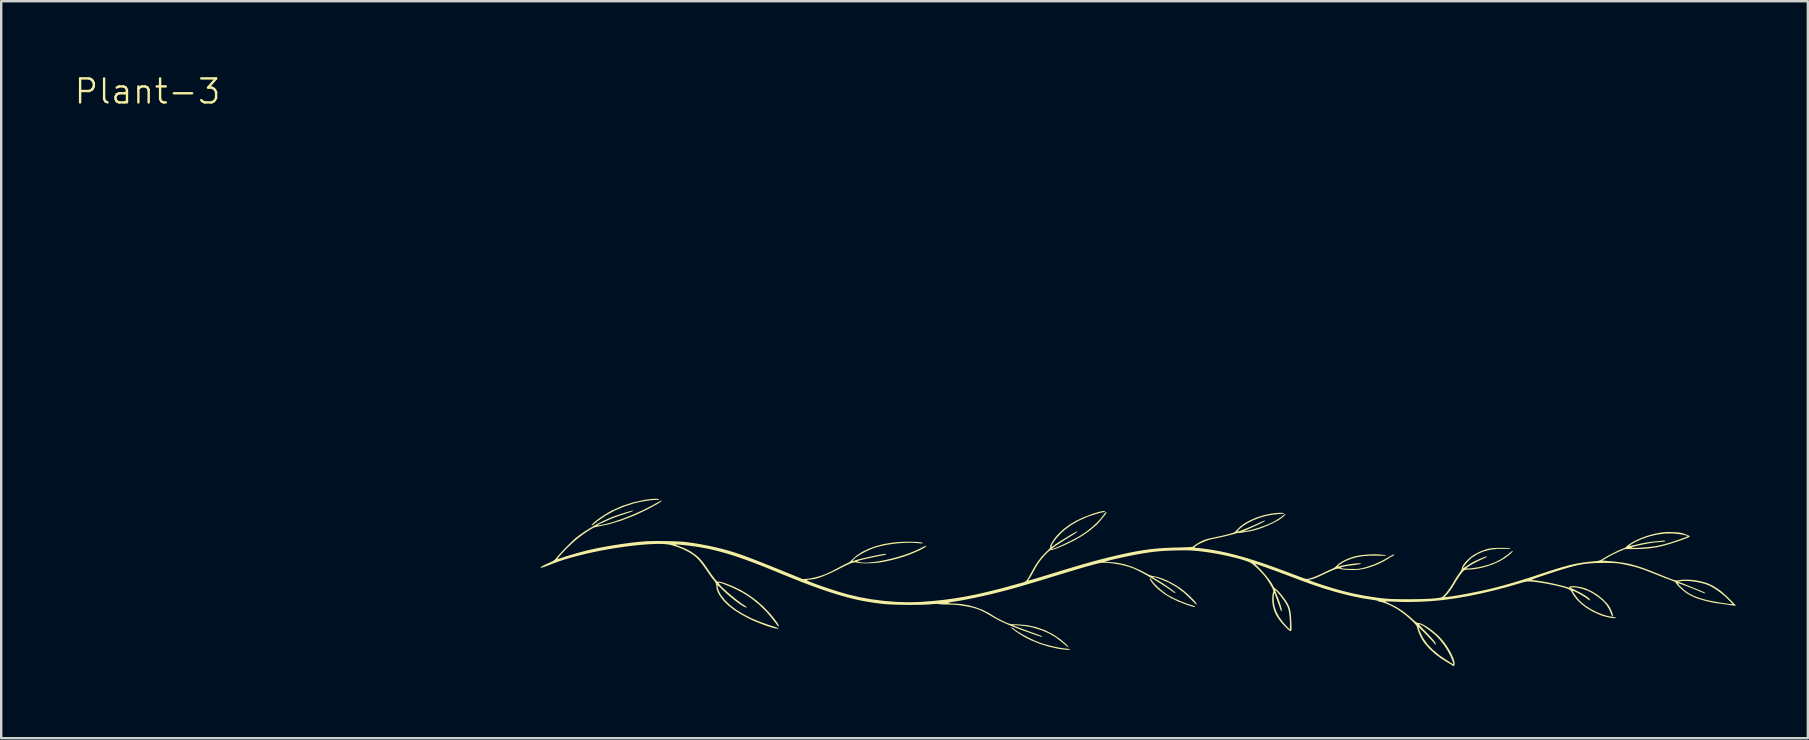
<source format=kicad_pcb>
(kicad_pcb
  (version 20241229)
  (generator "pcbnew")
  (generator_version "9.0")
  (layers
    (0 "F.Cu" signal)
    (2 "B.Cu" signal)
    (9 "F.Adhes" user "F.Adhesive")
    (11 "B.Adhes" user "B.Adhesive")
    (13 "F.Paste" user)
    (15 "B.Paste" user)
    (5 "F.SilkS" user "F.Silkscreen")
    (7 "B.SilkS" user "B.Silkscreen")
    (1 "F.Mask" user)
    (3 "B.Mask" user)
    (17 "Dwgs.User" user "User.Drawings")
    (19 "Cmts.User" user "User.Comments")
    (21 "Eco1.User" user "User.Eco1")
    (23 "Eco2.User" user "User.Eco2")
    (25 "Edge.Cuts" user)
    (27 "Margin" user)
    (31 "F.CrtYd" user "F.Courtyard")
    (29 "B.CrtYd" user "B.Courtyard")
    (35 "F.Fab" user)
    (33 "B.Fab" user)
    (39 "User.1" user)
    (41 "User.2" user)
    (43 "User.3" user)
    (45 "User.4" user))
  (footprint "Plant-3"
    (layer "F.Cu")
    (at 41.96 21.081)
    (property "Reference" "Plant-3" (at -38.862 -20.32 0) (unlocked yes) (layer "F.SilkS") (effects (font (size 1 1) (thickness 0.1))))
    (attr smd)
    (fp_poly (pts (xy 2.934 -0.026) (xy 2.968 0.017) (xy 2.978 0.035) (xy 3.031 0.111) (xy 3.115 0.205) (xy 3.22 0.311) (xy 3.339 0.419) (xy 3.462 0.521) (xy 3.579 0.609) (xy 3.666 0.666) (xy 3.906 0.794) (xy 4.168 0.914) (xy 4.43 1.016) (xy 4.569 1.061) (xy 4.666 1.092) (xy 4.742 1.12) (xy 4.787 1.141) (xy 4.795 1.149) (xy 4.79 1.163) (xy 4.769 1.167) (xy 4.727 1.16) (xy 4.656 1.141) (xy 4.551 1.108) (xy 4.448 1.074) (xy 4.109 0.946) (xy 3.797 0.797) (xy 3.517 0.628) (xy 3.275 0.444) (xy 3.118 0.293) (xy 3.036 0.199) (xy 2.971 0.111) (xy 2.925 0.038) (xy 2.905 -0.015) (xy 2.911 -0.037)) (stroke (width 0) (type solid)) (fill yes) (layer "F.SilkS"))
    (fp_poly (pts (xy -17.612 -3.345) (xy -17.554 -3.334) (xy -17.54 -3.324) (xy -17.552 -3.309) (xy -17.607 -3.301) (xy -17.654 -3.299) (xy -17.803 -3.292) (xy -17.983 -3.272) (xy -18.18 -3.241) (xy -18.379 -3.203) (xy -18.564 -3.16) (xy -18.583 -3.155) (xy -18.999 -3.021) (xy -19.394 -2.852) (xy -19.762 -2.651) (xy -20.096 -2.421) (xy -20.187 -2.347) (xy -20.273 -2.277) (xy -20.326 -2.239) (xy -20.35 -2.229) (xy -20.349 -2.247) (xy -20.339 -2.268) (xy -20.295 -2.323) (xy -20.216 -2.395) (xy -20.108 -2.48) (xy -19.981 -2.572) (xy -19.84 -2.665) (xy -19.693 -2.756) (xy -19.549 -2.837) (xy -19.485 -2.87) (xy -19.066 -3.055) (xy -18.622 -3.198) (xy -18.157 -3.298) (xy -18.15 -3.3) (xy -17.984 -3.324) (xy -17.835 -3.34) (xy -17.709 -3.347)) (stroke (width 0) (type solid)) (fill yes) (layer "F.SilkS"))
    (fp_poly (pts (xy -2.838 2.011) (xy -2.795 2.041) (xy -2.794 2.042) (xy -2.699 2.118) (xy -2.567 2.206) (xy -2.409 2.301) (xy -2.233 2.397) (xy -2.05 2.489) (xy -1.868 2.573) (xy -1.717 2.635) (xy -1.573 2.685) (xy -1.399 2.736) (xy -1.208 2.785) (xy -1.016 2.829) (xy -0.835 2.864) (xy -0.68 2.888) (xy -0.62 2.894) (xy -0.525 2.903) (xy -0.452 2.915) (xy -0.411 2.927) (xy -0.407 2.932) (xy -0.429 2.945) (xy -0.492 2.95) (xy -0.585 2.947) (xy -0.702 2.936) (xy -0.833 2.918) (xy -0.93 2.901) (xy -1.318 2.814) (xy -1.679 2.701) (xy -2.031 2.557) (xy -2.158 2.497) (xy -2.283 2.432) (xy -2.41 2.359) (xy -2.534 2.282) (xy -2.647 2.207) (xy -2.743 2.138) (xy -2.815 2.078) (xy -2.858 2.033) (xy -2.864 2.007) (xy -2.864 2.007)) (stroke (width 0) (type solid)) (fill yes) (layer "F.SilkS"))
    (fp_poly (pts (xy -17.441 -3.255) (xy -17.454 -3.239) (xy -17.497 -3.203) (xy -17.577 -3.152) (xy -17.689 -3.087) (xy -17.825 -3.012) (xy -17.98 -2.931) (xy -18.145 -2.848) (xy -18.315 -2.766) (xy -18.484 -2.688) (xy -18.59 -2.641) (xy -19.108 -2.439) (xy -19.63 -2.283) (xy -20.165 -2.17) (xy -20.196 -2.165) (xy -20.264 -2.141) (xy -20.361 -2.091) (xy -20.48 -2.018) (xy -20.615 -1.929) (xy -20.757 -1.827) (xy -20.9 -1.719) (xy -21.036 -1.608) (xy -21.105 -1.548) (xy -21.203 -1.458) (xy -21.308 -1.357) (xy -21.414 -1.251) (xy -21.515 -1.147) (xy -21.607 -1.049) (xy -21.683 -0.964) (xy -21.738 -0.897) (xy -21.768 -0.854) (xy -21.77 -0.842) (xy -21.742 -0.843) (xy -21.682 -0.858) (xy -21.614 -0.882) (xy -21.505 -0.919) (xy -21.357 -0.966) (xy -21.178 -1.019) (xy -20.975 -1.077) (xy -20.756 -1.137) (xy -20.629 -1.171) (xy -20.38 -1.231) (xy -20.093 -1.292) (xy -19.779 -1.352) (xy -19.449 -1.408) (xy -19.115 -1.46) (xy -18.787 -1.505) (xy -18.477 -1.541) (xy -18.195 -1.567) (xy -18.187 -1.568) (xy -18.023 -1.577) (xy -17.826 -1.583) (xy -17.605 -1.585) (xy -17.371 -1.584) (xy -17.136 -1.58) (xy -16.909 -1.574) (xy -16.701 -1.564) (xy -16.523 -1.552) (xy -16.416 -1.542) (xy -16.141 -1.505) (xy -15.839 -1.455) (xy -15.528 -1.396) (xy -15.226 -1.332) (xy -15.061 -1.293) (xy -14.911 -1.256) (xy -14.767 -1.217) (xy -14.623 -1.177) (xy -14.476 -1.132) (xy -14.323 -1.083) (xy -14.159 -1.027) (xy -13.981 -0.964) (xy -13.785 -0.891) (xy -13.567 -0.808) (xy -13.324 -0.713) (xy -13.051 -0.605) (xy -12.744 -0.481) (xy -12.401 -0.342) (xy -12.017 -0.186) (xy -11.983 -0.172) (xy -11.556 0.003) (xy -11.373 -0.011) (xy -11.207 -0.034) (xy -11.016 -0.076) (xy -10.817 -0.132) (xy -10.627 -0.199) (xy -10.576 -0.219) (xy -10.496 -0.256) (xy -10.385 -0.31) (xy -10.255 -0.376) (xy -10.117 -0.448) (xy -10.042 -0.488) (xy -9.919 -0.554) (xy -9.811 -0.61) (xy -9.723 -0.653) (xy -9.666 -0.68) (xy -9.646 -0.686) (xy -9.615 -0.703) (xy -9.564 -0.747) (xy -9.502 -0.809) (xy -9.499 -0.812) (xy -9.311 -0.981) (xy -9.081 -1.132) (xy -8.814 -1.263) (xy -8.515 -1.372) (xy -8.189 -1.457) (xy -7.84 -1.516) (xy -7.551 -1.544) (xy -7.388 -1.552) (xy -7.224 -1.556) (xy -7.064 -1.556) (xy -6.914 -1.552) (xy -6.782 -1.545) (xy -6.674 -1.535) (xy -6.596 -1.523) (xy -6.554 -1.508) (xy -6.553 -1.493) (xy -6.585 -1.487) (xy -6.653 -1.487) (xy -6.743 -1.495) (xy -6.769 -1.497) (xy -6.987 -1.513) (xy -7.238 -1.511) (xy -7.509 -1.496) (xy -7.786 -1.466) (xy -8.057 -1.425) (xy -8.309 -1.374) (xy -8.529 -1.313) (xy -8.576 -1.297) (xy -8.742 -1.232) (xy -8.909 -1.156) (xy -9.069 -1.072) (xy -9.213 -0.987) (xy -9.334 -0.904) (xy -9.423 -0.828) (xy -9.464 -0.779) (xy -9.477 -0.755) (xy -9.465 -0.75) (xy -9.419 -0.763) (xy -9.392 -0.773) (xy -9.314 -0.797) (xy -9.202 -0.827) (xy -9.064 -0.861) (xy -8.909 -0.897) (xy -8.746 -0.933) (xy -8.584 -0.968) (xy -8.431 -0.999) (xy -8.296 -1.025) (xy -8.189 -1.043) (xy -8.117 -1.052) (xy -8.103 -1.053) (xy -8.076 -1.046) (xy -8.087 -1.031) (xy -8.125 -1.012) (xy -8.182 -0.996) (xy -8.204 -0.992) (xy -8.263 -0.981) (xy -8.36 -0.962) (xy -8.482 -0.937) (xy -8.619 -0.908) (xy -8.698 -0.891) (xy -8.895 -0.847) (xy -9.047 -0.812) (xy -9.158 -0.784) (xy -9.23 -0.761) (xy -9.267 -0.743) (xy -9.272 -0.728) (xy -9.248 -0.714) (xy -9.198 -0.702) (xy -9.196 -0.702) (xy -9.042 -0.685) (xy -8.85 -0.687) (xy -8.628 -0.706) (xy -8.384 -0.741) (xy -8.124 -0.79) (xy -7.855 -0.852) (xy -7.586 -0.924) (xy -7.322 -1.006) (xy -7.071 -1.096) (xy -6.841 -1.192) (xy -6.732 -1.243) (xy -6.625 -1.296) (xy -6.534 -1.341) (xy -6.467 -1.374) (xy -6.435 -1.39) (xy -6.433 -1.39) (xy -6.416 -1.381) (xy -6.415 -1.373) (xy -6.437 -1.343) (xy -6.498 -1.3) (xy -6.592 -1.247) (xy -6.712 -1.187) (xy -6.852 -1.124) (xy -7.004 -1.06) (xy -7.162 -0.998) (xy -7.319 -0.942) (xy -7.385 -0.921) (xy -7.624 -0.85) (xy -7.869 -0.787) (xy -8.106 -0.734) (xy -8.319 -0.696) (xy -8.412 -0.683) (xy -8.561 -0.669) (xy -8.719 -0.659) (xy -8.876 -0.655) (xy -9.023 -0.656) (xy -9.149 -0.661) (xy -9.244 -0.672) (xy -9.29 -0.684) (xy -9.355 -0.698) (xy -9.437 -0.691) (xy -9.54 -0.661) (xy -9.672 -0.607) (xy -9.836 -0.527) (xy -9.89 -0.5) (xy -10.199 -0.343) (xy -10.472 -0.214) (xy -10.709 -0.114) (xy -10.912 -0.042) (xy -11.084 0.003) (xy -11.225 0.021) (xy -11.252 0.022) (xy -11.324 0.026) (xy -11.373 0.037) (xy -11.383 0.044) (xy -11.367 0.061) (xy -11.31 0.09) (xy -11.217 0.13) (xy -11.094 0.178) (xy -10.945 0.233) (xy -10.778 0.292) (xy -10.597 0.354) (xy -10.407 0.417) (xy -10.215 0.479) (xy -10.026 0.538) (xy -9.844 0.591) (xy -9.676 0.638) (xy -9.657 0.644) (xy -9.181 0.755) (xy -8.678 0.845) (xy -8.16 0.911) (xy -7.642 0.952) (xy -7.137 0.966) (xy -6.656 0.954) (xy -6.622 0.951) (xy -6.148 0.915) (xy -5.688 0.867) (xy -5.233 0.805) (xy -4.776 0.729) (xy -4.308 0.636) (xy -3.82 0.524) (xy -3.303 0.394) (xy -2.886 0.28) (xy -2.755 0.244) (xy -2.611 0.204) (xy -2.48 0.169) (xy -2.462 0.164) (xy -2.384 0.142) (xy -2.324 0.122) (xy -2.275 0.097) (xy -2.233 0.061) (xy -2.191 0.006) (xy -2.143 -0.072) (xy -2.082 -0.181) (xy -2.01 -0.315) (xy -1.874 -0.554) (xy -1.74 -0.756) (xy -1.602 -0.932) (xy -1.451 -1.093) (xy -1.4 -1.142) (xy -1.32 -1.22) (xy -1.266 -1.281) (xy -1.241 -1.318) (xy -1.243 -1.328) (xy -1.252 -1.355) (xy -1.235 -1.411) (xy -1.196 -1.49) (xy -1.14 -1.582) (xy -1.073 -1.681) (xy -0.997 -1.779) (xy -0.942 -1.842) (xy -0.716 -2.06) (xy -0.459 -2.255) (xy -0.168 -2.429) (xy 0.162 -2.584) (xy 0.534 -2.723) (xy 0.65 -2.761) (xy 0.777 -2.797) (xy 0.887 -2.822) (xy 0.974 -2.835) (xy 1.03 -2.834) (xy 1.049 -2.819) (xy 1.046 -2.811) (xy 1.012 -2.792) (xy 0.976 -2.787) (xy 0.924 -2.779) (xy 0.836 -2.758) (xy 0.725 -2.727) (xy 0.6 -2.69) (xy 0.473 -2.649) (xy 0.355 -2.608) (xy 0.277 -2.578) (xy -0.073 -2.42) (xy -0.383 -2.239) (xy -0.656 -2.033) (xy -0.798 -1.902) (xy -0.909 -1.785) (xy -1.008 -1.669) (xy -1.091 -1.559) (xy -1.151 -1.464) (xy -1.184 -1.392) (xy -1.188 -1.366) (xy -1.183 -1.345) (xy -1.16 -1.349) (xy -1.113 -1.379) (xy -1.07 -1.412) (xy -0.979 -1.479) (xy -0.88 -1.546) (xy -0.831 -1.576) (xy -0.765 -1.617) (xy -0.669 -1.675) (xy -0.556 -1.744) (xy -0.437 -1.816) (xy -0.42 -1.826) (xy -0.314 -1.889) (xy -0.224 -1.94) (xy -0.156 -1.976) (xy -0.119 -1.991) (xy -0.115 -1.99) (xy -0.124 -1.967) (xy -0.173 -1.924) (xy -0.259 -1.863) (xy -0.354 -1.803) (xy -0.447 -1.747) (xy -0.513 -1.707) (xy -0.565 -1.675) (xy -0.617 -1.642) (xy -0.675 -1.605) (xy -0.835 -1.503) (xy -0.97 -1.413) (xy -1.075 -1.339) (xy -1.127 -1.3) (xy -1.172 -1.263) (xy -1.18 -1.25) (xy -1.153 -1.255) (xy -1.139 -1.259) (xy -1.047 -1.291) (xy -0.921 -1.343) (xy -0.771 -1.41) (xy -0.607 -1.487) (xy -0.438 -1.569) (xy -0.274 -1.653) (xy -0.124 -1.733) (xy 0.002 -1.805) (xy 0.073 -1.849) (xy 0.297 -2.005) (xy 0.505 -2.171) (xy 0.691 -2.34) (xy 0.846 -2.504) (xy 0.965 -2.658) (xy 0.979 -2.68) (xy 1.023 -2.741) (xy 1.061 -2.779) (xy 1.077 -2.787) (xy 1.105 -2.779) (xy 1.107 -2.775) (xy 1.093 -2.746) (xy 1.052 -2.689) (xy 0.994 -2.613) (xy 0.925 -2.527) (xy 0.853 -2.439) (xy 0.783 -2.359) (xy 0.724 -2.295) (xy 0.701 -2.271) (xy 0.415 -2.027) (xy 0.094 -1.802) (xy -0.268 -1.594) (xy -0.578 -1.444) (xy -0.783 -1.353) (xy -0.949 -1.284) (xy -1.076 -1.239) (xy -1.162 -1.216) (xy -1.203 -1.216) (xy -1.237 -1.205) (xy -1.294 -1.163) (xy -1.368 -1.096) (xy -1.453 -1.01) (xy -1.54 -0.913) (xy -1.625 -0.811) (xy -1.7 -0.711) (xy -1.719 -0.683) (xy -1.79 -0.574) (xy -1.862 -0.452) (xy -1.922 -0.343) (xy -1.928 -0.332) (xy -1.981 -0.231) (xy -2.039 -0.13) (xy -2.088 -0.052) (xy -2.128 0.009) (xy -2.152 0.052) (xy -2.156 0.063) (xy -2.131 0.059) (xy -2.059 0.039) (xy -1.941 0.005) (xy -1.777 -0.043) (xy -1.566 -0.107) (xy -1.31 -0.185) (xy -1.03 -0.271) (xy -0.632 -0.393) (xy -0.274 -0.5) (xy 0.051 -0.596) (xy 0.35 -0.681) (xy 0.628 -0.758) (xy 0.893 -0.828) (xy 1.152 -0.894) (xy 1.41 -0.956) (xy 1.612 -1.003) (xy 1.989 -1.086) (xy 2.331 -1.153) (xy 2.65 -1.207) (xy 2.958 -1.248) (xy 3.264 -1.278) (xy 3.582 -1.299) (xy 3.922 -1.312) (xy 4.026 -1.314) (xy 4.201 -1.319) (xy 4.359 -1.323) (xy 4.494 -1.329) (xy 4.6 -1.335) (xy 4.67 -1.34) (xy 4.698 -1.345) (xy 4.698 -1.345) (xy 4.733 -1.377) (xy 4.799 -1.425) (xy 4.884 -1.48) (xy 4.977 -1.535) (xy 5.065 -1.582) (xy 5.097 -1.598) (xy 5.2 -1.639) (xy 5.322 -1.677) (xy 5.415 -1.699) (xy 5.618 -1.74) (xy 5.837 -1.788) (xy 6.051 -1.838) (xy 6.239 -1.885) (xy 6.249 -1.887) (xy 6.353 -1.918) (xy 6.423 -1.947) (xy 6.474 -1.983) (xy 6.517 -2.03) (xy 6.67 -2.185) (xy 6.865 -2.328) (xy 7.096 -2.456) (xy 7.356 -2.567) (xy 7.641 -2.657) (xy 7.896 -2.715) (xy 8.019 -2.735) (xy 8.146 -2.749) (xy 8.266 -2.759) (xy 8.371 -2.762) (xy 8.452 -2.76) (xy 8.499 -2.75) (xy 8.508 -2.741) (xy 8.485 -2.732) (xy 8.423 -2.722) (xy 8.331 -2.712) (xy 8.225 -2.704) (xy 7.969 -2.674) (xy 7.708 -2.619) (xy 7.45 -2.541) (xy 7.204 -2.443) (xy 6.98 -2.33) (xy 6.786 -2.205) (xy 6.631 -2.072) (xy 6.628 -2.069) (xy 6.587 -2.019) (xy 6.57 -1.987) (xy 6.575 -1.981) (xy 6.616 -1.99) (xy 6.692 -2.016) (xy 6.796 -2.056) (xy 6.919 -2.105) (xy 7.053 -2.16) (xy 7.189 -2.219) (xy 7.319 -2.276) (xy 7.416 -2.322) (xy 7.521 -2.37) (xy 7.611 -2.408) (xy 7.677 -2.432) (xy 7.709 -2.438) (xy 7.706 -2.423) (xy 7.659 -2.39) (xy 7.568 -2.34) (xy 7.435 -2.275) (xy 7.262 -2.193) (xy 7.238 -2.183) (xy 7.128 -2.132) (xy 7.024 -2.084) (xy 6.941 -2.046) (xy 6.908 -2.03) (xy 6.81 -1.983) (xy 6.896 -1.997) (xy 7.162 -2.055) (xy 7.452 -2.141) (xy 7.752 -2.25) (xy 8.018 -2.365) (xy 8.101 -2.409) (xy 8.198 -2.467) (xy 8.298 -2.531) (xy 8.386 -2.592) (xy 8.45 -2.643) (xy 8.469 -2.661) (xy 8.516 -2.699) (xy 8.554 -2.712) (xy 8.559 -2.697) (xy 8.528 -2.657) (xy 8.465 -2.595) (xy 8.459 -2.589) (xy 8.347 -2.503) (xy 8.196 -2.411) (xy 8.018 -2.318) (xy 7.822 -2.228) (xy 7.618 -2.145) (xy 7.415 -2.074) (xy 7.225 -2.018) (xy 7.056 -1.983) (xy 7.042 -1.981) (xy 6.935 -1.964) (xy 6.826 -1.946) (xy 6.763 -1.935) (xy 6.688 -1.924) (xy 6.632 -1.921) (xy 6.616 -1.923) (xy 6.578 -1.922) (xy 6.514 -1.906) (xy 6.484 -1.897) (xy 6.42 -1.877) (xy 6.318 -1.85) (xy 6.189 -1.818) (xy 6.042 -1.782) (xy 5.889 -1.747) (xy 5.74 -1.713) (xy 5.604 -1.685) (xy 5.504 -1.665) (xy 5.397 -1.639) (xy 5.278 -1.599) (xy 5.154 -1.551) (xy 5.035 -1.497) (xy 4.928 -1.443) (xy 4.842 -1.392) (xy 4.787 -1.348) (xy 4.771 -1.319) (xy 4.792 -1.304) (xy 4.845 -1.297) (xy 4.855 -1.297) (xy 4.938 -1.292) (xy 5.059 -1.28) (xy 5.208 -1.261) (xy 5.373 -1.237) (xy 5.546 -1.21) (xy 5.714 -1.181) (xy 5.814 -1.162) (xy 6.134 -1.093) (xy 6.473 -1.008) (xy 6.836 -0.907) (xy 7.224 -0.788) (xy 7.643 -0.65) (xy 8.094 -0.492) (xy 8.582 -0.313) (xy 9.102 -0.115) (xy 9.218 -0.072) (xy 9.322 -0.036) (xy 9.403 -0.012) (xy 9.451 -0.003) (xy 9.452 -0.003) (xy 9.523 -0.013) (xy 9.628 -0.043) (xy 9.757 -0.089) (xy 9.899 -0.146) (xy 10.047 -0.212) (xy 10.127 -0.251) (xy 10.241 -0.307) (xy 10.354 -0.36) (xy 10.449 -0.402) (xy 10.493 -0.421) (xy 10.589 -0.47) (xy 10.669 -0.532) (xy 10.688 -0.553) (xy 10.779 -0.638) (xy 10.908 -0.724) (xy 11.063 -0.806) (xy 11.235 -0.879) (xy 11.412 -0.938) (xy 11.584 -0.977) (xy 11.599 -0.98) (xy 11.828 -1.009) (xy 12.063 -1.027) (xy 12.288 -1.033) (xy 12.485 -1.025) (xy 12.51 -1.022) (xy 12.643 -1.008) (xy 12.728 -0.995) (xy 12.765 -0.985) (xy 12.756 -0.977) (xy 12.702 -0.972) (xy 12.602 -0.971) (xy 12.458 -0.972) (xy 12.397 -0.974) (xy 12.082 -0.974) (xy 11.804 -0.955) (xy 11.553 -0.914) (xy 11.322 -0.851) (xy 11.102 -0.763) (xy 11.036 -0.732) (xy 10.955 -0.688) (xy 10.878 -0.641) (xy 10.813 -0.595) (xy 10.766 -0.557) (xy 10.744 -0.531) (xy 10.754 -0.524) (xy 10.767 -0.526) (xy 10.898 -0.558) (xy 11.042 -0.587) (xy 11.19 -0.612) (xy 11.335 -0.633) (xy 11.467 -0.648) (xy 11.579 -0.657) (xy 11.662 -0.657) (xy 11.709 -0.65) (xy 11.715 -0.645) (xy 11.698 -0.633) (xy 11.638 -0.618) (xy 11.543 -0.601) (xy 11.418 -0.583) (xy 11.395 -0.58) (xy 11.194 -0.553) (xy 11.041 -0.528) (xy 10.934 -0.505) (xy 10.875 -0.483) (xy 10.863 -0.465) (xy 10.899 -0.449) (xy 10.982 -0.436) (xy 11.114 -0.427) (xy 11.25 -0.422) (xy 11.393 -0.42) (xy 11.503 -0.421) (xy 11.594 -0.427) (xy 11.681 -0.44) (xy 11.78 -0.462) (xy 11.888 -0.49) (xy 12.241 -0.604) (xy 12.577 -0.757) (xy 12.728 -0.842) (xy 12.877 -0.929) (xy 12.986 -0.99) (xy 13.057 -1.023) (xy 13.091 -1.03) (xy 13.089 -1.011) (xy 13.075 -0.992) (xy 13.04 -0.961) (xy 13.024 -0.955) (xy 12.994 -0.942) (xy 12.938 -0.91) (xy 12.895 -0.881) (xy 12.662 -0.741) (xy 12.408 -0.616) (xy 12.146 -0.513) (xy 11.889 -0.436) (xy 11.652 -0.391) (xy 11.525 -0.38) (xy 11.383 -0.375) (xy 11.236 -0.377) (xy 11.095 -0.383) (xy 10.971 -0.395) (xy 10.876 -0.411) (xy 10.83 -0.426) (xy 10.79 -0.437) (xy 10.738 -0.435) (xy 10.667 -0.419) (xy 10.573 -0.386) (xy 10.451 -0.334) (xy 10.294 -0.262) (xy 10.168 -0.203) (xy 9.974 -0.112) (xy 9.819 -0.046) (xy 9.699 -0.003) (xy 9.611 0.019) (xy 9.577 0.022) (xy 9.543 0.025) (xy 9.541 0.037) (xy 9.575 0.057) (xy 9.646 0.087) (xy 9.758 0.128) (xy 9.911 0.181) (xy 10.059 0.231) (xy 10.542 0.383) (xy 10.998 0.51) (xy 11.443 0.614) (xy 11.888 0.7) (xy 12.348 0.77) (xy 12.452 0.784) (xy 12.591 0.8) (xy 12.719 0.813) (xy 12.846 0.823) (xy 12.98 0.83) (xy 13.13 0.835) (xy 13.305 0.838) (xy 13.516 0.839) (xy 13.661 0.84) (xy 13.936 0.838) (xy 14.189 0.834) (xy 14.412 0.828) (xy 14.599 0.819) (xy 14.745 0.807) (xy 14.752 0.807) (xy 14.883 0.793) (xy 14.974 0.781) (xy 15.038 0.768) (xy 15.082 0.751) (xy 15.118 0.728) (xy 15.156 0.694) (xy 15.167 0.683) (xy 15.242 0.6) (xy 15.332 0.483) (xy 15.428 0.346) (xy 15.522 0.197) (xy 15.596 0.07) (xy 15.661 -0.038) (xy 15.738 -0.154) (xy 15.796 -0.234) (xy 15.862 -0.328) (xy 15.9 -0.405) (xy 15.908 -0.443) (xy 15.927 -0.515) (xy 15.98 -0.606) (xy 16.061 -0.709) (xy 16.162 -0.814) (xy 16.276 -0.915) (xy 16.384 -0.994) (xy 16.528 -1.078) (xy 16.696 -1.157) (xy 16.869 -1.222) (xy 17.028 -1.266) (xy 17.068 -1.274) (xy 17.171 -1.287) (xy 17.297 -1.295) (xy 17.438 -1.3) (xy 17.58 -1.301) (xy 17.712 -1.298) (xy 17.824 -1.291) (xy 17.903 -1.28) (xy 17.923 -1.275) (xy 17.947 -1.263) (xy 17.939 -1.256) (xy 17.893 -1.255) (xy 17.806 -1.257) (xy 17.752 -1.259) (xy 17.412 -1.259) (xy 17.104 -1.224) (xy 16.827 -1.153) (xy 16.576 -1.047) (xy 16.348 -0.903) (xy 16.313 -0.876) (xy 16.254 -0.824) (xy 16.186 -0.755) (xy 16.116 -0.677) (xy 16.051 -0.599) (xy 15.999 -0.531) (xy 15.966 -0.48) (xy 15.96 -0.455) (xy 15.983 -0.463) (xy 16.036 -0.494) (xy 16.108 -0.541) (xy 16.128 -0.555) (xy 16.225 -0.619) (xy 16.325 -0.68) (xy 16.407 -0.726) (xy 16.407 -0.726) (xy 16.504 -0.772) (xy 16.61 -0.82) (xy 16.716 -0.864) (xy 16.813 -0.903) (xy 16.892 -0.931) (xy 16.941 -0.944) (xy 16.953 -0.944) (xy 16.959 -0.936) (xy 16.956 -0.926) (xy 16.938 -0.913) (xy 16.897 -0.891) (xy 16.827 -0.858) (xy 16.722 -0.809) (xy 16.665 -0.783) (xy 16.541 -0.723) (xy 16.42 -0.66) (xy 16.307 -0.597) (xy 16.213 -0.539) (xy 16.143 -0.491) (xy 16.107 -0.458) (xy 16.103 -0.45) (xy 16.126 -0.442) (xy 16.187 -0.442) (xy 16.279 -0.449) (xy 16.391 -0.462) (xy 16.515 -0.48) (xy 16.642 -0.502) (xy 16.714 -0.516) (xy 17.032 -0.6) (xy 17.326 -0.715) (xy 17.59 -0.856) (xy 17.818 -1.02) (xy 17.829 -1.03) (xy 17.927 -1.112) (xy 17.992 -1.16) (xy 18.026 -1.174) (xy 18.03 -1.157) (xy 18.029 -1.152) (xy 18.008 -1.127) (xy 17.959 -1.078) (xy 17.89 -1.015) (xy 17.856 -0.985) (xy 17.681 -0.854) (xy 17.468 -0.732) (xy 17.227 -0.623) (xy 16.97 -0.532) (xy 16.706 -0.46) (xy 16.446 -0.413) (xy 16.202 -0.394) (xy 16.172 -0.393) (xy 16.087 -0.39) (xy 16.031 -0.375) (xy 15.983 -0.341) (xy 15.956 -0.316) (xy 15.887 -0.235) (xy 15.8 -0.114) (xy 15.697 0.045) (xy 15.58 0.238) (xy 15.578 0.242) (xy 15.441 0.455) (xy 15.302 0.633) (xy 15.262 0.677) (xy 15.187 0.758) (xy 15.322 0.742) (xy 15.499 0.718) (xy 15.714 0.684) (xy 15.956 0.642) (xy 16.214 0.594) (xy 16.48 0.541) (xy 16.741 0.487) (xy 16.99 0.432) (xy 17.214 0.379) (xy 17.288 0.36) (xy 17.629 0.27) (xy 17.983 0.17) (xy 18.356 0.058) (xy 18.757 -0.068) (xy 19.194 -0.211) (xy 19.303 -0.248) (xy 19.623 -0.354) (xy 19.905 -0.442) (xy 20.158 -0.516) (xy 20.387 -0.577) (xy 20.602 -0.626) (xy 20.808 -0.665) (xy 21.014 -0.697) (xy 21.228 -0.722) (xy 21.371 -0.736) (xy 21.496 -0.747) (xy 21.585 -0.759) (xy 21.651 -0.775) (xy 21.707 -0.797) (xy 21.765 -0.831) (xy 21.805 -0.857) (xy 21.908 -0.919) (xy 22.037 -0.991) (xy 22.179 -1.066) (xy 22.322 -1.137) (xy 22.455 -1.2) (xy 22.564 -1.246) (xy 22.612 -1.264) (xy 22.689 -1.296) (xy 22.748 -1.332) (xy 22.767 -1.351) (xy 22.797 -1.38) (xy 22.899 -1.38) (xy 22.926 -1.382) (xy 22.991 -1.393) (xy 23.085 -1.414) (xy 23.201 -1.441) (xy 23.25 -1.452) (xy 23.408 -1.487) (xy 23.585 -1.52) (xy 23.757 -1.547) (xy 23.894 -1.564) (xy 24.021 -1.575) (xy 24.138 -1.586) (xy 24.233 -1.595) (xy 24.291 -1.601) (xy 24.354 -1.602) (xy 24.392 -1.593) (xy 24.395 -1.589) (xy 24.388 -1.576) (xy 24.347 -1.564) (xy 24.269 -1.552) (xy 24.149 -1.541) (xy 23.989 -1.529) (xy 23.896 -1.519) (xy 23.773 -1.5) (xy 23.63 -1.475) (xy 23.479 -1.445) (xy 23.329 -1.413) (xy 23.193 -1.382) (xy 23.081 -1.353) (xy 23.003 -1.328) (xy 22.991 -1.323) (xy 22.979 -1.31) (xy 23.008 -1.302) (xy 23.073 -1.299) (xy 23.167 -1.299) (xy 23.283 -1.303) (xy 23.414 -1.311) (xy 23.553 -1.322) (xy 23.695 -1.335) (xy 23.831 -1.35) (xy 23.956 -1.368) (xy 24.029 -1.38) (xy 24.316 -1.444) (xy 24.639 -1.537) (xy 24.831 -1.601) (xy 24.996 -1.657) (xy 25.12 -1.701) (xy 25.208 -1.733) (xy 25.265 -1.756) (xy 25.298 -1.772) (xy 25.311 -1.784) (xy 25.31 -1.794) (xy 25.307 -1.797) (xy 25.27 -1.813) (xy 25.194 -1.832) (xy 25.091 -1.852) (xy 24.971 -1.87) (xy 24.844 -1.886) (xy 24.72 -1.897) (xy 24.664 -1.9) (xy 24.362 -1.895) (xy 24.045 -1.852) (xy 23.725 -1.775) (xy 23.415 -1.669) (xy 23.128 -1.535) (xy 22.982 -1.451) (xy 22.929 -1.413) (xy 22.9 -1.387) (xy 22.899 -1.38) (xy 22.797 -1.38) (xy 22.818 -1.401) (xy 22.91 -1.467) (xy 23.035 -1.543) (xy 23.127 -1.594) (xy 23.355 -1.701) (xy 23.614 -1.796) (xy 23.886 -1.874) (xy 24.154 -1.93) (xy 24.335 -1.954) (xy 24.45 -1.96) (xy 24.587 -1.961) (xy 24.732 -1.956) (xy 24.87 -1.948) (xy 24.988 -1.935) (xy 25.072 -1.92) (xy 25.074 -1.919) (xy 25.165 -1.892) (xy 25.255 -1.859) (xy 25.333 -1.827) (xy 25.389 -1.8) (xy 25.408 -1.783) (xy 25.399 -1.765) (xy 25.368 -1.744) (xy 25.31 -1.716) (xy 25.222 -1.681) (xy 25.097 -1.635) (xy 24.932 -1.578) (xy 24.871 -1.558) (xy 24.569 -1.46) (xy 24.296 -1.384) (xy 24.042 -1.327) (xy 23.793 -1.287) (xy 23.538 -1.262) (xy 23.263 -1.25) (xy 23.087 -1.249) (xy 22.706 -1.248) (xy 22.488 -1.155) (xy 22.378 -1.106) (xy 22.271 -1.056) (xy 22.185 -1.013) (xy 22.16 -1) (xy 22.078 -0.954) (xy 21.978 -0.897) (xy 21.904 -0.855) (xy 21.757 -0.772) (xy 21.965 -0.755) (xy 22.211 -0.733) (xy 22.429 -0.709) (xy 22.629 -0.68) (xy 22.817 -0.646) (xy 23.001 -0.604) (xy 23.19 -0.551) (xy 23.39 -0.486) (xy 23.61 -0.407) (xy 23.857 -0.312) (xy 24.14 -0.198) (xy 24.19 -0.178) (xy 24.376 -0.102) (xy 24.524 -0.044) (xy 24.638 -0.000198) (xy 24.726 0.03) (xy 24.793 0.048) (xy 24.845 0.057) (xy 24.888 0.057) (xy 24.929 0.052) (xy 24.948 0.048) (xy 25.064 0.031) (xy 25.213 0.024) (xy 25.38 0.027) (xy 25.549 0.039) (xy 25.677 0.056) (xy 25.932 0.108) (xy 26.155 0.178) (xy 26.362 0.273) (xy 26.567 0.399) (xy 26.708 0.502) (xy 26.769 0.552) (xy 26.847 0.622) (xy 26.936 0.704) (xy 27.029 0.793) (xy 27.12 0.883) (xy 27.202 0.966) (xy 27.268 1.036) (xy 27.313 1.087) (xy 27.329 1.112) (xy 27.329 1.114) (xy 27.303 1.113) (xy 27.238 1.106) (xy 27.144 1.094) (xy 27.03 1.077) (xy 27.018 1.075) (xy 26.884 1.055) (xy 26.752 1.036) (xy 26.637 1.021) (xy 26.563 1.012) (xy 26.438 0.994) (xy 26.282 0.962) (xy 26.11 0.922) (xy 25.937 0.876) (xy 25.778 0.829) (xy 25.653 0.785) (xy 25.538 0.734) (xy 25.41 0.669) (xy 25.297 0.603) (xy 25.294 0.601) (xy 25.199 0.534) (xy 25.099 0.453) (xy 25.003 0.366) (xy 24.921 0.284) (xy 24.861 0.213) (xy 24.833 0.165) (xy 24.804 0.133) (xy 24.751 0.101) (xy 24.915 0.101) (xy 25.388 0.291) (xy 25.586 0.371) (xy 25.742 0.435) (xy 25.862 0.485) (xy 25.949 0.523) (xy 26.007 0.551) (xy 26.04 0.57) (xy 26.054 0.583) (xy 26.052 0.591) (xy 26.023 0.592) (xy 25.967 0.575) (xy 25.949 0.568) (xy 25.819 0.514) (xy 25.677 0.455) (xy 25.529 0.396) (xy 25.381 0.338) (xy 25.243 0.285) (xy 25.12 0.24) (xy 25.02 0.204) (xy 24.95 0.181) (xy 24.918 0.174) (xy 24.917 0.174) (xy 24.922 0.194) (xy 24.954 0.238) (xy 25.001 0.291) (xy 25.168 0.45) (xy 25.359 0.585) (xy 25.577 0.699) (xy 25.828 0.794) (xy 26.119 0.874) (xy 26.298 0.912) (xy 26.45 0.941) (xy 26.612 0.969) (xy 26.773 0.996) (xy 26.922 1.018) (xy 27.047 1.035) (xy 27.138 1.044) (xy 27.153 1.045) (xy 27.185 1.045) (xy 27.182 1.031) (xy 27.153 1.002) (xy 27.113 0.961) (xy 27.052 0.898) (xy 26.984 0.827) (xy 26.984 0.827) (xy 26.87 0.719) (xy 26.728 0.601) (xy 26.572 0.485) (xy 26.416 0.381) (xy 26.275 0.299) (xy 26.233 0.278) (xy 26.064 0.212) (xy 25.862 0.157) (xy 25.643 0.114) (xy 25.423 0.087) (xy 25.217 0.077) (xy 25.074 0.084) (xy 24.915 0.101) (xy 24.751 0.101) (xy 24.744 0.097) (xy 24.705 0.081) (xy 24.559 0.027) (xy 24.38 -0.041) (xy 24.179 -0.12) (xy 23.968 -0.203) (xy 23.85 -0.25) (xy 23.626 -0.338) (xy 23.433 -0.409) (xy 23.257 -0.467) (xy 23.085 -0.516) (xy 22.905 -0.56) (xy 22.746 -0.594) (xy 22.621 -0.619) (xy 22.518 -0.638) (xy 22.425 -0.652) (xy 22.333 -0.661) (xy 22.231 -0.667) (xy 22.11 -0.67) (xy 21.958 -0.671) (xy 21.806 -0.671) (xy 21.605 -0.669) (xy 21.423 -0.664) (xy 21.253 -0.653) (xy 21.088 -0.637) (xy 20.924 -0.612) (xy 20.754 -0.58) (xy 20.571 -0.537) (xy 20.37 -0.483) (xy 20.145 -0.417) (xy 19.888 -0.337) (xy 19.595 -0.242) (xy 19.44 -0.191) (xy 19.238 -0.124) (xy 19.08 -0.07) (xy 18.963 -0.028) (xy 18.884 0.003) (xy 18.84 0.024) (xy 18.828 0.036) (xy 18.841 0.041) (xy 19.017 0.061) (xy 19.226 0.093) (xy 19.456 0.135) (xy 19.695 0.184) (xy 19.929 0.237) (xy 20.145 0.291) (xy 20.332 0.345) (xy 20.35 0.351) (xy 20.39 0.358) (xy 20.392 0.343) (xy 20.394 0.316) (xy 20.436 0.3) (xy 20.51 0.295) (xy 20.607 0.298) (xy 20.719 0.311) (xy 20.84 0.331) (xy 20.959 0.359) (xy 21.071 0.393) (xy 21.098 0.403) (xy 21.337 0.516) (xy 21.568 0.661) (xy 21.779 0.829) (xy 21.958 1.012) (xy 22.025 1.096) (xy 22.076 1.177) (xy 22.127 1.277) (xy 22.17 1.379) (xy 22.199 1.47) (xy 22.209 1.528) (xy 22.202 1.562) (xy 22.182 1.555) (xy 22.154 1.511) (xy 22.123 1.436) (xy 22.116 1.415) (xy 22.042 1.25) (xy 21.936 1.081) (xy 21.843 0.966) (xy 21.777 0.901) (xy 21.68 0.821) (xy 21.566 0.734) (xy 21.446 0.651) (xy 21.334 0.579) (xy 21.254 0.533) (xy 21.114 0.472) (xy 20.96 0.418) (xy 20.804 0.377) (xy 20.663 0.351) (xy 20.549 0.344) (xy 20.545 0.344) (xy 20.414 0.352) (xy 20.702 0.491) (xy 20.867 0.576) (xy 21.01 0.659) (xy 21.125 0.735) (xy 21.205 0.801) (xy 21.24 0.844) (xy 21.255 0.883) (xy 21.236 0.888) (xy 21.184 0.86) (xy 21.107 0.803) (xy 21.044 0.759) (xy 20.96 0.706) (xy 20.864 0.649) (xy 20.765 0.595) (xy 20.673 0.547) (xy 20.597 0.512) (xy 20.547 0.493) (xy 20.533 0.493) (xy 20.539 0.519) (xy 20.569 0.573) (xy 20.618 0.646) (xy 20.678 0.729) (xy 20.743 0.812) (xy 20.805 0.886) (xy 20.859 0.942) (xy 20.862 0.945) (xy 21.056 1.102) (xy 21.28 1.246) (xy 21.52 1.371) (xy 21.765 1.472) (xy 22.004 1.543) (xy 22.181 1.574) (xy 22.259 1.586) (xy 22.313 1.601) (xy 22.331 1.613) (xy 22.309 1.628) (xy 22.25 1.631) (xy 22.161 1.623) (xy 22.053 1.605) (xy 21.934 1.578) (xy 21.812 1.546) (xy 21.698 1.508) (xy 21.659 1.493) (xy 21.371 1.361) (xy 21.112 1.208) (xy 20.887 1.039) (xy 20.7 0.857) (xy 20.557 0.666) (xy 20.523 0.608) (xy 20.476 0.525) (xy 20.437 0.473) (xy 20.391 0.438) (xy 20.324 0.409) (xy 20.285 0.395) (xy 20.151 0.353) (xy 19.987 0.309) (xy 19.802 0.266) (xy 19.604 0.225) (xy 19.403 0.187) (xy 19.205 0.154) (xy 19.021 0.127) (xy 18.858 0.109) (xy 18.725 0.1) (xy 18.631 0.102) (xy 18.555 0.115) (xy 18.456 0.139) (xy 18.375 0.162) (xy 17.806 0.328) (xy 17.237 0.478) (xy 16.676 0.609) (xy 16.13 0.72) (xy 15.609 0.81) (xy 15.118 0.875) (xy 14.98 0.89) (xy 14.581 0.924) (xy 14.176 0.946) (xy 13.778 0.956) (xy 13.404 0.955) (xy 13.199 0.948) (xy 13.052 0.941) (xy 12.923 0.936) (xy 12.819 0.933) (xy 12.748 0.933) (xy 12.716 0.934) (xy 12.716 0.934) (xy 12.732 0.947) (xy 12.782 0.972) (xy 12.846 1) (xy 13.147 1.144) (xy 13.441 1.33) (xy 13.734 1.561) (xy 13.847 1.663) (xy 13.94 1.746) (xy 14.009 1.797) (xy 14.062 1.823) (xy 14.099 1.829) (xy 14.184 1.846) (xy 14.295 1.894) (xy 14.425 1.968) (xy 14.566 2.062) (xy 14.711 2.172) (xy 14.853 2.292) (xy 14.985 2.418) (xy 15.076 2.517) (xy 15.195 2.665) (xy 15.307 2.825) (xy 15.407 2.989) (xy 15.492 3.148) (xy 15.557 3.295) (xy 15.598 3.423) (xy 15.611 3.523) (xy 15.611 3.538) (xy 15.596 3.595) (xy 15.573 3.63) (xy 15.548 3.633) (xy 15.538 3.618) (xy 15.514 3.597) (xy 15.457 3.56) (xy 15.378 3.514) (xy 15.341 3.493) (xy 15.052 3.316) (xy 14.787 3.117) (xy 14.553 2.903) (xy 14.359 2.679) (xy 14.318 2.624) (xy 14.248 2.512) (xy 14.179 2.381) (xy 14.118 2.245) (xy 14.071 2.119) (xy 14.045 2.017) (xy 14.045 2.01) (xy 14.107 2.01) (xy 14.111 2.036) (xy 14.13 2.095) (xy 14.16 2.177) (xy 14.171 2.205) (xy 14.301 2.464) (xy 14.477 2.712) (xy 14.699 2.946) (xy 14.964 3.166) (xy 15.131 3.282) (xy 15.276 3.377) (xy 15.386 3.448) (xy 15.464 3.498) (xy 15.515 3.53) (xy 15.545 3.546) (xy 15.559 3.551) (xy 15.56 3.551) (xy 15.556 3.528) (xy 15.539 3.471) (xy 15.518 3.407) (xy 15.427 3.188) (xy 15.303 2.961) (xy 15.156 2.737) (xy 14.995 2.532) (xy 14.828 2.357) (xy 14.77 2.305) (xy 14.618 2.181) (xy 14.475 2.073) (xy 14.348 1.986) (xy 14.241 1.922) (xy 14.161 1.885) (xy 14.125 1.878) (xy 14.131 1.894) (xy 14.167 1.94) (xy 14.228 2.01) (xy 14.31 2.098) (xy 14.409 2.2) (xy 14.422 2.214) (xy 14.575 2.373) (xy 14.691 2.501) (xy 14.771 2.601) (xy 14.816 2.673) (xy 14.826 2.717) (xy 14.82 2.729) (xy 14.797 2.723) (xy 14.765 2.685) (xy 14.765 2.684) (xy 14.736 2.648) (xy 14.682 2.587) (xy 14.609 2.509) (xy 14.525 2.42) (xy 14.434 2.325) (xy 14.343 2.233) (xy 14.259 2.149) (xy 14.187 2.08) (xy 14.135 2.031) (xy 14.108 2.011) (xy 14.107 2.01) (xy 14.045 2.01) (xy 14.043 2.002) (xy 14.02 1.949) (xy 13.962 1.874) (xy 13.877 1.783) (xy 13.769 1.68) (xy 13.645 1.572) (xy 13.511 1.463) (xy 13.372 1.359) (xy 13.236 1.266) (xy 13.232 1.264) (xy 13.118 1.196) (xy 12.989 1.129) (xy 12.854 1.066) (xy 12.725 1.013) (xy 12.612 0.974) (xy 12.527 0.952) (xy 12.5 0.95) (xy 12.453 0.94) (xy 12.435 0.924) (xy 12.408 0.909) (xy 12.346 0.892) (xy 12.26 0.877) (xy 12.244 0.875) (xy 11.765 0.801) (xy 11.253 0.695) (xy 10.714 0.557) (xy 10.15 0.389) (xy 9.564 0.191) (xy 9.155 0.04) (xy 8.924 -0.047) (xy 8.692 -0.135) (xy 8.463 -0.221) (xy 8.241 -0.303) (xy 8.032 -0.38) (xy 7.839 -0.45) (xy 7.669 -0.512) (xy 7.525 -0.563) (xy 7.412 -0.602) (xy 7.335 -0.628) (xy 7.298 -0.637) (xy 7.297 -0.638) (xy 7.309 -0.621) (xy 7.35 -0.577) (xy 7.414 -0.51) (xy 7.495 -0.427) (xy 7.524 -0.397) (xy 7.631 -0.283) (xy 7.739 -0.158) (xy 7.84 -0.03) (xy 7.93 0.092) (xy 8 0.199) (xy 8.045 0.283) (xy 8.054 0.307) (xy 8.085 0.354) (xy 8.141 0.401) (xy 8.153 0.409) (xy 8.204 0.45) (xy 8.273 0.518) (xy 8.349 0.602) (xy 8.388 0.649) (xy 8.512 0.809) (xy 8.608 0.946) (xy 8.678 1.069) (xy 8.728 1.189) (xy 8.762 1.319) (xy 8.784 1.469) (xy 8.798 1.65) (xy 8.802 1.715) (xy 8.81 1.877) (xy 8.813 1.996) (xy 8.812 2.078) (xy 8.806 2.131) (xy 8.794 2.159) (xy 8.776 2.17) (xy 8.766 2.171) (xy 8.73 2.153) (xy 8.671 2.105) (xy 8.595 2.033) (xy 8.51 1.946) (xy 8.423 1.849) (xy 8.341 1.752) (xy 8.304 1.703) (xy 8.179 1.516) (xy 8.092 1.33) (xy 8.036 1.131) (xy 8.02 1.035) (xy 8.007 0.881) (xy 8.011 0.746) (xy 8.07 0.746) (xy 8.071 0.855) (xy 8.079 0.972) (xy 8.094 1.084) (xy 8.105 1.14) (xy 8.178 1.354) (xy 8.296 1.575) (xy 8.457 1.797) (xy 8.592 1.948) (xy 8.74 2.103) (xy 8.747 1.972) (xy 8.748 1.892) (xy 8.745 1.78) (xy 8.737 1.654) (xy 8.73 1.57) (xy 8.711 1.404) (xy 8.685 1.271) (xy 8.646 1.155) (xy 8.589 1.042) (xy 8.517 0.926) (xy 8.459 0.843) (xy 8.391 0.753) (xy 8.319 0.661) (xy 8.251 0.579) (xy 8.192 0.513) (xy 8.151 0.472) (xy 8.137 0.463) (xy 8.137 0.483) (xy 8.153 0.536) (xy 8.182 0.611) (xy 8.183 0.614) (xy 8.261 0.812) (xy 8.323 0.983) (xy 8.369 1.125) (xy 8.397 1.234) (xy 8.406 1.307) (xy 8.395 1.339) (xy 8.389 1.341) (xy 8.368 1.319) (xy 8.345 1.265) (xy 8.337 1.237) (xy 8.317 1.17) (xy 8.283 1.073) (xy 8.242 0.961) (xy 8.214 0.886) (xy 8.174 0.781) (xy 8.142 0.692) (xy 8.122 0.629) (xy 8.117 0.605) (xy 8.111 0.586) (xy 8.092 0.608) (xy 8.077 0.66) (xy 8.07 0.746) (xy 8.011 0.746) (xy 8.011 0.726) (xy 8.031 0.588) (xy 8.054 0.51) (xy 8.049 0.471) (xy 8.02 0.4) (xy 7.973 0.308) (xy 7.911 0.201) (xy 7.841 0.089) (xy 7.767 -0.02) (xy 7.694 -0.118) (xy 7.685 -0.129) (xy 7.589 -0.239) (xy 7.473 -0.361) (xy 7.35 -0.48) (xy 7.233 -0.585) (xy 7.152 -0.65) (xy 7.075 -0.693) (xy 6.955 -0.742) (xy 6.799 -0.794) (xy 6.612 -0.848) (xy 6.402 -0.902) (xy 6.174 -0.956) (xy 5.934 -1.007) (xy 5.688 -1.055) (xy 5.443 -1.097) (xy 5.204 -1.132) (xy 5.04 -1.153) (xy 4.875 -1.171) (xy 4.73 -1.183) (xy 4.592 -1.192) (xy 4.449 -1.196) (xy 4.287 -1.196) (xy 4.095 -1.194) (xy 4.002 -1.192) (xy 3.693 -1.183) (xy 3.416 -1.167) (xy 3.155 -1.144) (xy 2.895 -1.112) (xy 2.618 -1.069) (xy 2.377 -1.026) (xy 2.193 -0.991) (xy 1.998 -0.952) (xy 1.802 -0.911) (xy 1.613 -0.869) (xy 1.44 -0.83) (xy 1.292 -0.794) (xy 1.178 -0.764) (xy 1.132 -0.75) (xy 1.022 -0.716) (xy 1.156 -0.713) (xy 1.501 -0.687) (xy 1.841 -0.62) (xy 2.182 -0.51) (xy 2.53 -0.358) (xy 2.714 -0.261) (xy 2.846 -0.192) (xy 2.95 -0.148) (xy 3.038 -0.124) (xy 3.086 -0.117) (xy 3.23 -0.088) (xy 3.403 -0.032) (xy 3.595 0.047) (xy 3.796 0.147) (xy 3.999 0.262) (xy 4.164 0.368) (xy 4.269 0.445) (xy 4.381 0.536) (xy 4.492 0.634) (xy 4.599 0.734) (xy 4.694 0.83) (xy 4.774 0.917) (xy 4.831 0.989) (xy 4.86 1.041) (xy 4.859 1.065) (xy 4.838 1.054) (xy 4.79 1.014) (xy 4.724 0.95) (xy 4.645 0.868) (xy 4.639 0.861) (xy 4.345 0.58) (xy 4.03 0.342) (xy 3.691 0.147) (xy 3.327 -0.007) (xy 3.157 -0.062) (xy 3.078 -0.081) (xy 3.043 -0.081) (xy 3.052 -0.062) (xy 3.106 -0.027) (xy 3.128 -0.015) (xy 3.266 0.063) (xy 3.426 0.163) (xy 3.596 0.277) (xy 3.761 0.395) (xy 3.909 0.508) (xy 3.976 0.564) (xy 3.979 0.581) (xy 3.962 0.584) (xy 3.925 0.569) (xy 3.864 0.532) (xy 3.79 0.479) (xy 3.782 0.473) (xy 3.705 0.417) (xy 3.598 0.344) (xy 3.471 0.26) (xy 3.335 0.174) (xy 3.204 0.093) (xy 3.087 0.023) (xy 3.025 -0.012) (xy 2.953 -0.053) (xy 2.874 -0.099) (xy 2.866 -0.104) (xy 2.729 -0.184) (xy 2.579 -0.266) (xy 2.429 -0.343) (xy 2.295 -0.408) (xy 2.201 -0.449) (xy 2.032 -0.508) (xy 1.839 -0.561) (xy 1.633 -0.607) (xy 1.424 -0.643) (xy 1.225 -0.668) (xy 1.046 -0.679) (xy 0.898 -0.676) (xy 0.863 -0.672) (xy 0.778 -0.655) (xy 0.646 -0.624) (xy 0.47 -0.577) (xy 0.249 -0.515) (xy -0.015 -0.438) (xy -0.322 -0.347) (xy -0.672 -0.241) (xy -0.932 -0.162) (xy -1.275 -0.057) (xy -1.576 0.035) (xy -1.842 0.116) (xy -2.077 0.186) (xy -2.287 0.248) (xy -2.478 0.304) (xy -2.654 0.354) (xy -2.821 0.401) (xy -2.985 0.445) (xy -3.151 0.489) (xy -3.324 0.534) (xy -3.411 0.556) (xy -3.725 0.634) (xy -4.049 0.709) (xy -4.373 0.779) (xy -4.685 0.842) (xy -4.974 0.896) (xy -5.229 0.938) (xy -5.255 0.941) (xy -5.382 0.962) (xy -5.461 0.98) (xy -5.491 0.995) (xy -5.473 1.007) (xy -5.406 1.015) (xy -5.29 1.02) (xy -5.24 1.021) (xy -4.946 1.042) (xy -4.644 1.095) (xy -4.345 1.177) (xy -4.063 1.283) (xy -3.809 1.411) (xy -3.716 1.469) (xy -3.472 1.617) (xy -3.203 1.754) (xy -3.123 1.791) (xy -3.04 1.827) (xy -2.973 1.852) (xy -2.91 1.869) (xy -2.838 1.879) (xy -2.745 1.885) (xy -2.617 1.888) (xy -2.586 1.889) (xy -2.204 1.921) (xy -1.834 2) (xy -1.48 2.123) (xy -1.145 2.29) (xy -0.832 2.499) (xy -0.596 2.7) (xy -0.536 2.76) (xy -0.495 2.808) (xy -0.48 2.834) (xy -0.487 2.841) (xy -0.509 2.83) (xy -0.553 2.799) (xy -0.622 2.742) (xy -0.722 2.658) (xy -0.752 2.633) (xy -1.01 2.434) (xy -1.285 2.271) (xy -1.583 2.14) (xy -1.914 2.036) (xy -2.068 1.999) (xy -2.155 1.982) (xy -2.262 1.966) (xy -2.377 1.951) (xy -2.493 1.939) (xy -2.6 1.93) (xy -2.689 1.924) (xy -2.751 1.924) (xy -2.777 1.929) (xy -2.776 1.933) (xy -2.749 1.945) (xy -2.685 1.971) (xy -2.589 2.008) (xy -2.469 2.053) (xy -2.334 2.103) (xy -2.19 2.156) (xy -2.044 2.209) (xy -1.906 2.259) (xy -1.805 2.294) (xy -1.709 2.33) (xy -1.633 2.362) (xy -1.588 2.387) (xy -1.579 2.397) (xy -1.597 2.412) (xy -1.61 2.409) (xy -1.649 2.396) (xy -1.717 2.374) (xy -1.774 2.355) (xy -1.872 2.323) (xy -2.003 2.278) (xy -2.152 2.225) (xy -2.308 2.168) (xy -2.458 2.114) (xy -2.587 2.065) (xy -2.605 2.058) (xy -2.849 1.962) (xy -3.058 1.874) (xy -3.243 1.79) (xy -3.415 1.705) (xy -3.585 1.612) (xy -3.764 1.507) (xy -3.773 1.502) (xy -3.965 1.392) (xy -4.14 1.307) (xy -4.313 1.241) (xy -4.499 1.187) (xy -4.715 1.142) (xy -4.785 1.129) (xy -4.993 1.096) (xy -5.179 1.076) (xy -5.367 1.065) (xy -5.523 1.062) (xy -5.652 1.06) (xy -5.763 1.056) (xy -5.847 1.051) (xy -5.895 1.045) (xy -5.903 1.042) (xy -5.932 1.037) (xy -5.998 1.037) (xy -6.092 1.042) (xy -6.184 1.05) (xy -6.337 1.062) (xy -6.529 1.07) (xy -6.749 1.075) (xy -6.988 1.078) (xy -7.236 1.077) (xy -7.483 1.073) (xy -7.719 1.067) (xy -7.934 1.058) (xy -8.118 1.046) (xy -8.201 1.038) (xy -8.504 1.002) (xy -8.805 0.957) (xy -9.107 0.902) (xy -9.414 0.835) (xy -9.732 0.755) (xy -10.063 0.661) (xy -10.412 0.552) (xy -10.783 0.426) (xy -11.18 0.283) (xy -11.608 0.121) (xy -12.069 -0.062) (xy -12.569 -0.266) (xy -12.667 -0.307) (xy -13.137 -0.498) (xy -13.569 -0.668) (xy -13.97 -0.816) (xy -14.343 -0.945) (xy -14.694 -1.055) (xy -15.028 -1.149) (xy -15.351 -1.229) (xy -15.667 -1.294) (xy -15.981 -1.348) (xy -16.3 -1.391) (xy -16.441 -1.407) (xy -16.608 -1.424) (xy -16.731 -1.435) (xy -16.811 -1.44) (xy -16.852 -1.439) (xy -16.856 -1.431) (xy -16.827 -1.416) (xy -16.77 -1.396) (xy -16.486 -1.286) (xy -16.238 -1.158) (xy -16.015 -1.005) (xy -15.994 -0.988) (xy -15.907 -0.914) (xy -15.828 -0.834) (xy -15.747 -0.741) (xy -15.659 -0.624) (xy -15.557 -0.477) (xy -15.521 -0.424) (xy -15.407 -0.258) (xy -15.306 -0.119) (xy -15.221 -0.009) (xy -15.153 0.069) (xy -15.106 0.111) (xy -15.082 0.114) (xy -15.082 0.114) (xy -15.049 0.106) (xy -14.98 0.117) (xy -14.88 0.144) (xy -14.755 0.186) (xy -14.614 0.241) (xy -14.462 0.305) (xy -14.377 0.344) (xy -14.134 0.464) (xy -13.917 0.589) (xy -13.706 0.73) (xy -13.483 0.897) (xy -13.473 0.905) (xy -13.201 1.142) (xy -12.938 1.416) (xy -12.781 1.603) (xy -12.678 1.737) (xy -12.605 1.843) (xy -12.562 1.919) (xy -12.552 1.963) (xy -12.556 1.97) (xy -12.564 1.976) (xy -12.574 1.974) (xy -12.591 1.959) (xy -12.619 1.925) (xy -12.665 1.867) (xy -12.731 1.779) (xy -12.794 1.695) (xy -13.061 1.376) (xy -13.364 1.077) (xy -13.693 0.811) (xy -13.901 0.668) (xy -14.086 0.559) (xy -14.303 0.445) (xy -14.536 0.337) (xy -14.67 0.28) (xy -14.821 0.22) (xy -14.931 0.179) (xy -15.005 0.158) (xy -15.047 0.154) (xy -15.061 0.166) (xy -15.061 0.166) (xy -15.042 0.203) (xy -14.99 0.264) (xy -14.911 0.345) (xy -14.81 0.441) (xy -14.693 0.546) (xy -14.566 0.656) (xy -14.434 0.766) (xy -14.303 0.871) (xy -14.179 0.966) (xy -14.067 1.046) (xy -14.005 1.086) (xy -13.934 1.135) (xy -13.896 1.17) (xy -13.894 1.187) (xy -13.93 1.184) (xy -13.943 1.18) (xy -14.017 1.146) (xy -14.119 1.084) (xy -14.242 1) (xy -14.378 0.898) (xy -14.52 0.786) (xy -14.66 0.669) (xy -14.792 0.551) (xy -14.898 0.449) (xy -14.975 0.374) (xy -15.04 0.316) (xy -15.085 0.281) (xy -15.101 0.274) (xy -15.108 0.312) (xy -15.093 0.38) (xy -15.062 0.469) (xy -15.017 0.566) (xy -14.964 0.661) (xy -14.952 0.679) (xy -14.788 0.889) (xy -14.578 1.091) (xy -14.325 1.283) (xy -14.029 1.464) (xy -13.694 1.634) (xy -13.322 1.79) (xy -12.915 1.931) (xy -12.844 1.953) (xy -12.737 1.987) (xy -12.649 2.018) (xy -12.59 2.041) (xy -12.569 2.055) (xy -12.591 2.069) (xy -12.651 2.065) (xy -12.744 2.046) (xy -12.863 2.014) (xy -13.003 1.97) (xy -13.157 1.917) (xy -13.32 1.856) (xy -13.485 1.79) (xy -13.646 1.721) (xy -13.797 1.65) (xy -13.803 1.647) (xy -14.136 1.468) (xy -14.423 1.285) (xy -14.665 1.096) (xy -14.86 0.903) (xy -14.983 0.744) (xy -15.068 0.607) (xy -15.122 0.49) (xy -15.151 0.382) (xy -15.158 0.281) (xy -15.181 0.175) (xy -15.25 0.063) (xy -15.312 -0.007) (xy -15.336 -0.037) (xy -15.383 -0.101) (xy -15.445 -0.189) (xy -15.519 -0.296) (xy -15.569 -0.369) (xy -15.688 -0.54) (xy -15.79 -0.677) (xy -15.882 -0.787) (xy -15.971 -0.878) (xy -16.063 -0.958) (xy -16.121 -1.003) (xy -16.317 -1.13) (xy -16.547 -1.245) (xy -16.794 -1.343) (xy -17.042 -1.416) (xy -17.112 -1.432) (xy -17.27 -1.453) (xy -17.47 -1.463) (xy -17.707 -1.462) (xy -17.976 -1.45) (xy -18.271 -1.428) (xy -18.588 -1.396) (xy -18.92 -1.355) (xy -19.264 -1.306) (xy -19.613 -1.25) (xy -19.962 -1.186) (xy -20.307 -1.116) (xy -20.643 -1.04) (xy -20.696 -1.027) (xy -20.942 -0.965) (xy -21.153 -0.91) (xy -21.341 -0.857) (xy -21.517 -0.803) (xy -21.694 -0.744) (xy -21.884 -0.675) (xy -22.099 -0.594) (xy -22.234 -0.541) (xy -22.343 -0.502) (xy -22.424 -0.479) (xy -22.474 -0.472) (xy -22.49 -0.481) (xy -22.466 -0.505) (xy -22.4 -0.545) (xy -22.388 -0.551) (xy -22.294 -0.598) (xy -22.181 -0.651) (xy -22.078 -0.698) (xy -21.976 -0.747) (xy -21.902 -0.797) (xy -21.839 -0.861) (xy -21.803 -0.907) (xy -21.744 -0.979) (xy -21.657 -1.076) (xy -21.552 -1.19) (xy -21.434 -1.312) (xy -21.314 -1.434) (xy -21.199 -1.547) (xy -21.097 -1.643) (xy -21.032 -1.7) (xy -20.853 -1.841) (xy -20.638 -1.988) (xy -20.399 -2.137) (xy -20.147 -2.28) (xy -19.894 -2.412) (xy -19.649 -2.525) (xy -19.493 -2.588) (xy -19.372 -2.632) (xy -19.233 -2.68) (xy -19.088 -2.728) (xy -18.947 -2.772) (xy -18.822 -2.809) (xy -18.724 -2.836) (xy -18.675 -2.847) (xy -18.621 -2.854) (xy -18.61 -2.848) (xy -18.639 -2.831) (xy -18.704 -2.803) (xy -18.803 -2.768) (xy -18.932 -2.725) (xy -19.187 -2.641) (xy -19.413 -2.559) (xy -19.628 -2.472) (xy -19.849 -2.373) (xy -19.911 -2.345) (xy -20 -2.302) (xy -20.069 -2.266) (xy -20.107 -2.243) (xy -20.112 -2.238) (xy -20.081 -2.235) (xy -20.012 -2.245) (xy -19.913 -2.264) (xy -19.793 -2.291) (xy -19.661 -2.324) (xy -19.525 -2.361) (xy -19.42 -2.393) (xy -19.034 -2.524) (xy -18.632 -2.685) (xy -18.228 -2.867) (xy -17.84 -3.064) (xy -17.721 -3.13) (xy -17.597 -3.199) (xy -17.511 -3.244) (xy -17.459 -3.267) (xy -17.437 -3.271)) (stroke (width 0) (type solid)) (fill yes) (layer "F.SilkS")))
  (gr_rect
    (start -3 -3)
    (end 72.289 27.713)
    (stroke (width 0.1) (type default))
    (fill no)
    (layer "Edge.Cuts")))
</source>
